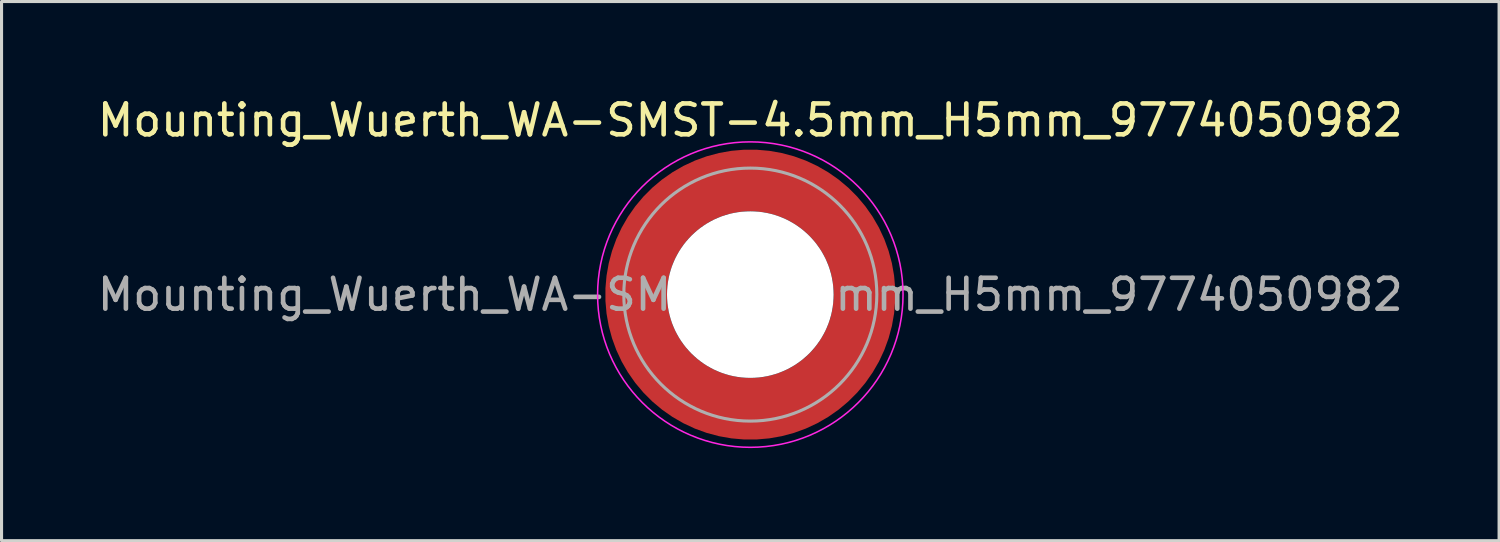
<source format=kicad_pcb>
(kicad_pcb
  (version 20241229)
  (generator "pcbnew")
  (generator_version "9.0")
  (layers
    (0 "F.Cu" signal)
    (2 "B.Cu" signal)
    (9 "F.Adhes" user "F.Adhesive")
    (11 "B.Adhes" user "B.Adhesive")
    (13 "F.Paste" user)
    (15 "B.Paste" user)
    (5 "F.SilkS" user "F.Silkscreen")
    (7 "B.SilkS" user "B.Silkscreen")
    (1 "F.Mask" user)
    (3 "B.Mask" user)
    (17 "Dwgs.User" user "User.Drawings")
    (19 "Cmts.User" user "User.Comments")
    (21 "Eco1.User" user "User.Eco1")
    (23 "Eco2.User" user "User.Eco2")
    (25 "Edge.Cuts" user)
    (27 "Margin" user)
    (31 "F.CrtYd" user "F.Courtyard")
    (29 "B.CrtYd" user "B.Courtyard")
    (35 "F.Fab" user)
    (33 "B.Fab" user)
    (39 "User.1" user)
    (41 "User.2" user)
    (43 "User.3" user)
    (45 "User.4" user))
  (footprint "Mounting_Wuerth_WA-SMST-4.5mm_H5mm_9774050982"
    (layer "F.Cu")
    (at 21.268 6.498)
    (property "Reference" "Mounting_Wuerth_WA-SMST-4.5mm_H5mm_9774050982" (at 0 -5.65 0) (layer "F.SilkS") (effects (font (size 1 1) (thickness 0.15))))
    (attr smd)
    (fp_circle (center 0 0) (end 4.95 0) (stroke (width 0.05) (type solid)) (fill no) (layer "F.CrtYd"))
    (fp_circle (center 0 0) (end 4.1 0) (stroke (width 0.1) (type solid)) (fill no) (layer "F.Fab"))
    (fp_text user "${REFERENCE}" (at 0 0 0) (layer "F.Fab") (effects (font (size 1 1) (thickness 0.15))))
    (pad "" smd custom (at -2.607 -2.607) (size 1.495 1.495) (layers "F.Paste") (options (anchor circle)) (primitives (gr_arc (start -0.188183 2.107456) (mid 0.598928 0.599619) (end 2.106494 -0.188011) (width 0.2)) (gr_arc (start -0.289416 2.107456) (mid 0.528508 0.529033) (end 2.106724 -0.28929) (width 0.2)) (gr_arc (start -0.390547 2.107456) (mid 0.457087 0.459449) (end 2.104161 -0.389996) (width 0.2)) (gr_arc (start -0.491585 2.107456) (mid 0.386415 0.389116) (end 2.103685 -0.490974) (width 0.2)) (gr_arc (start -0.59254 2.107456) (mid 0.31649 0.318035) (end 2.105297 -0.592202) (width 0.2)) (gr_arc (start -0.693419 2.107456) (mid 0.245252 0.248268) (end 2.103239 -0.692777) (width 0.2)) (gr_arc (start -0.794229 2.107456) (mid 0.174636 0.177878) (end 2.102921 -0.793559) (width 0.2)) (gr_arc (start -0.894975 2.107456) (mid 0.104643 0.106866) (end 2.104343 -0.894529) (width 0.2)) (gr_arc (start -0.995664 2.107456) (mid 0.033026 0.037479) (end 2.101219 -0.994793) (width 0.2)) (gr_arc (start -1.0963 2.107456) (mid -0.035789 -0.034714) (end 2.105949 -1.096096) (width 0.2)) (gr_arc (start -1.196886 2.107456) (mid -0.106351 -0.105157) (end 2.105783 -1.196666) (width 0.2)) (gr_arc (start -1.297427 2.107456) (mid -0.176416 -0.176097) (end 2.107009 -1.29737) (width 0.2)) (gr_arc (start -1.397927 2.107456) (mid -0.248476 -0.245042) (end 2.102638 -1.397323) (width 0.2)) (gr_arc (start -1.498388 2.107456) (mid -0.317612 -0.316913) (end 2.106475 -1.498268) (width 0.2)) (gr_arc (start -1.598813 2.107456) (mid -0.388865 -0.386665) (end 2.104366 -1.598444) (width 0.2)) (gr_arc (start -1.699204 2.107456) (mid -0.459747 -0.456787) (end 2.103299 -1.698719) (width 0.2)) (gr_arc (start -1.799565 2.107456) (mid -0.530257 -0.527283) (end 2.103277 -1.799089) (width 0.2)) (gr_arc (start -1.899896 2.107456) (mid -0.600396 -0.59815) (end 2.104299 -1.899545) (width 0.2)) (gr_arc (start -1.899896 2.107456) (mid -0.600396 -0.59815) (end 2.104299 -1.899545) (width 0.2)) (gr_line (start 2.107 -0.188) (end 2.107 -1.9) (width 0.2)) (gr_line (start -0.188 2.107) (end -1.9 2.107) (width 0.2))))
    (pad "" smd custom (at -2.607 2.607) (size 1.495 1.495) (layers "F.Paste") (options (anchor circle)) (primitives (gr_arc (start 2.107456 0.188183) (mid 0.599619 -0.598928) (end -0.188011 -2.106494) (width 0.2)) (gr_arc (start 2.107456 0.289416) (mid 0.529033 -0.528508) (end -0.28929 -2.106724) (width 0.2)) (gr_arc (start 2.107456 0.390547) (mid 0.459449 -0.457087) (end -0.389996 -2.104161) (width 0.2)) (gr_arc (start 2.107456 0.491585) (mid 0.389116 -0.386415) (end -0.490974 -2.103685) (width 0.2)) (gr_arc (start 2.107456 0.59254) (mid 0.318035 -0.31649) (end -0.592202 -2.105297) (width 0.2)) (gr_arc (start 2.107456 0.693419) (mid 0.248268 -0.245252) (end -0.692777 -2.103239) (width 0.2)) (gr_arc (start 2.107456 0.794229) (mid 0.177878 -0.174636) (end -0.793559 -2.102921) (width 0.2)) (gr_arc (start 2.107456 0.894975) (mid 0.106866 -0.104643) (end -0.894529 -2.104343) (width 0.2)) (gr_arc (start 2.107456 0.995664) (mid 0.037479 -0.033026) (end -0.994793 -2.101219) (width 0.2)) (gr_arc (start 2.107456 1.0963) (mid -0.034714 0.035789) (end -1.096096 -2.105949) (width 0.2)) (gr_arc (start 2.107456 1.196886) (mid -0.105157 0.106351) (end -1.196666 -2.105783) (width 0.2)) (gr_arc (start 2.107456 1.297427) (mid -0.176097 0.176416) (end -1.29737 -2.107009) (width 0.2)) (gr_arc (start 2.107456 1.397927) (mid -0.245042 0.248476) (end -1.397323 -2.102638) (width 0.2)) (gr_arc (start 2.107456 1.498388) (mid -0.316913 0.317612) (end -1.498268 -2.106475) (width 0.2)) (gr_arc (start 2.107456 1.598813) (mid -0.386665 0.388865) (end -1.598444 -2.104366) (width 0.2)) (gr_arc (start 2.107456 1.699204) (mid -0.456787 0.459747) (end -1.698719 -2.103299) (width 0.2)) (gr_arc (start 2.107456 1.799565) (mid -0.527283 0.530257) (end -1.799089 -2.103277) (width 0.2)) (gr_arc (start 2.107456 1.899896) (mid -0.59815 0.600396) (end -1.899545 -2.104299) (width 0.2)) (gr_arc (start 2.107456 1.899896) (mid -0.59815 0.600396) (end -1.899545 -2.104299) (width 0.2)) (gr_line (start -0.188 -2.107) (end -1.9 -2.107) (width 0.2)) (gr_line (start 2.107 0.188) (end 2.107 1.9) (width 0.2))))
    (pad "" np_thru_hole circle (at 0 0) (size 5.4 5.4) (drill 5.4) (layers "*.Cu" "*.Mask"))
    (pad "" smd custom (at 2.607 -2.607) (size 1.495 1.495) (layers "F.Paste") (options (anchor circle)) (primitives (gr_arc (start -2.107456 -0.188183) (mid -0.599619 0.598928) (end 0.188011 2.106494) (width 0.2)) (gr_arc (start -2.107456 -0.289416) (mid -0.529033 0.528508) (end 0.28929 2.106724) (width 0.2)) (gr_arc (start -2.107456 -0.390547) (mid -0.459449 0.457087) (end 0.389996 2.104161) (width 0.2)) (gr_arc (start -2.107456 -0.491585) (mid -0.389116 0.386415) (end 0.490974 2.103685) (width 0.2)) (gr_arc (start -2.107456 -0.59254) (mid -0.318035 0.31649) (end 0.592202 2.105297) (width 0.2)) (gr_arc (start -2.107456 -0.693419) (mid -0.248268 0.245252) (end 0.692777 2.103239) (width 0.2)) (gr_arc (start -2.107456 -0.794229) (mid -0.177878 0.174636) (end 0.793559 2.102921) (width 0.2)) (gr_arc (start -2.107456 -0.894975) (mid -0.106866 0.104643) (end 0.894529 2.104343) (width 0.2)) (gr_arc (start -2.107456 -0.995664) (mid -0.037479 0.033026) (end 0.994793 2.101219) (width 0.2)) (gr_arc (start -2.107456 -1.0963) (mid 0.034714 -0.035789) (end 1.096096 2.105949) (width 0.2)) (gr_arc (start -2.107456 -1.196886) (mid 0.105157 -0.106351) (end 1.196666 2.105783) (width 0.2)) (gr_arc (start -2.107456 -1.297427) (mid 0.176097 -0.176416) (end 1.29737 2.107009) (width 0.2)) (gr_arc (start -2.107456 -1.397927) (mid 0.245042 -0.248476) (end 1.397323 2.102638) (width 0.2)) (gr_arc (start -2.107456 -1.498388) (mid 0.316913 -0.317612) (end 1.498268 2.106475) (width 0.2)) (gr_arc (start -2.107456 -1.598813) (mid 0.386665 -0.388865) (end 1.598444 2.104366) (width 0.2)) (gr_arc (start -2.107456 -1.699204) (mid 0.456787 -0.459747) (end 1.698719 2.103299) (width 0.2)) (gr_arc (start -2.107456 -1.799565) (mid 0.527283 -0.530257) (end 1.799089 2.103277) (width 0.2)) (gr_arc (start -2.107456 -1.899896) (mid 0.59815 -0.600396) (end 1.899545 2.104299) (width 0.2)) (gr_arc (start -2.107456 -1.899896) (mid 0.59815 -0.600396) (end 1.899545 2.104299) (width 0.2)) (gr_line (start 0.188 2.107) (end 1.9 2.107) (width 0.2)) (gr_line (start -2.107 -0.188) (end -2.107 -1.9) (width 0.2))))
    (pad "" smd custom (at 2.607 2.607) (size 1.495 1.495) (layers "F.Paste") (options (anchor circle)) (primitives (gr_arc (start 0.188183 -2.107456) (mid -0.598928 -0.599619) (end -2.106494 0.188011) (width 0.2)) (gr_arc (start 0.289416 -2.107456) (mid -0.528508 -0.529033) (end -2.106724 0.28929) (width 0.2)) (gr_arc (start 0.390547 -2.107456) (mid -0.457087 -0.459449) (end -2.104161 0.389996) (width 0.2)) (gr_arc (start 0.491585 -2.107456) (mid -0.386415 -0.389116) (end -2.103685 0.490974) (width 0.2)) (gr_arc (start 0.59254 -2.107456) (mid -0.31649 -0.318035) (end -2.105297 0.592202) (width 0.2)) (gr_arc (start 0.693419 -2.107456) (mid -0.245252 -0.248268) (end -2.103239 0.692777) (width 0.2)) (gr_arc (start 0.794229 -2.107456) (mid -0.174636 -0.177878) (end -2.102921 0.793559) (width 0.2)) (gr_arc (start 0.894975 -2.107456) (mid -0.104643 -0.106866) (end -2.104343 0.894529) (width 0.2)) (gr_arc (start 0.995664 -2.107456) (mid -0.033026 -0.037479) (end -2.101219 0.994793) (width 0.2)) (gr_arc (start 1.0963 -2.107456) (mid 0.035789 0.034714) (end -2.105949 1.096096) (width 0.2)) (gr_arc (start 1.196886 -2.107456) (mid 0.106351 0.105157) (end -2.105783 1.196666) (width 0.2)) (gr_arc (start 1.297427 -2.107456) (mid 0.176416 0.176097) (end -2.107009 1.29737) (width 0.2)) (gr_arc (start 1.397927 -2.107456) (mid 0.248476 0.245042) (end -2.102638 1.397323) (width 0.2)) (gr_arc (start 1.498388 -2.107456) (mid 0.317612 0.316913) (end -2.106475 1.498268) (width 0.2)) (gr_arc (start 1.598813 -2.107456) (mid 0.388865 0.386665) (end -2.104366 1.598444) (width 0.2)) (gr_arc (start 1.699204 -2.107456) (mid 0.459747 0.456787) (end -2.103299 1.698719) (width 0.2)) (gr_arc (start 1.799565 -2.107456) (mid 0.530257 0.527283) (end -2.103277 1.799089) (width 0.2)) (gr_arc (start 1.899896 -2.107456) (mid 0.600396 0.59815) (end -2.104299 1.899545) (width 0.2)) (gr_arc (start 1.899896 -2.107456) (mid 0.600396 0.59815) (end -2.104299 1.899545) (width 0.2)) (gr_line (start -2.107 0.188) (end -2.107 1.9) (width 0.2)) (gr_line (start 0.188 -2.107) (end 1.9 -2.107) (width 0.2))))
    (pad "1" smd circle (at -3.7 0) (size 1.6 1.6) (layers "F.Cu"))
    (pad "1" smd circle (at 0 -3.7) (size 1.6 1.6) (layers "F.Cu"))
    (pad "1" smd circle (at 0 3.7) (size 1.6 1.6) (layers "F.Cu"))
    (pad "1" smd custom (at 3.7 0) (size 1.6 1.6) (layers "F.Cu" "F.Mask") (options (anchor circle)) (primitives (gr_circle (center -3.7 0) (end 0 0) (width 2) (fill no)))))
  (gr_rect
    (start -3 -3)
    (end 45.536 14.473)
    (stroke (width 0.1) (type default))
    (fill no)
    (layer "Edge.Cuts")))
</source>
